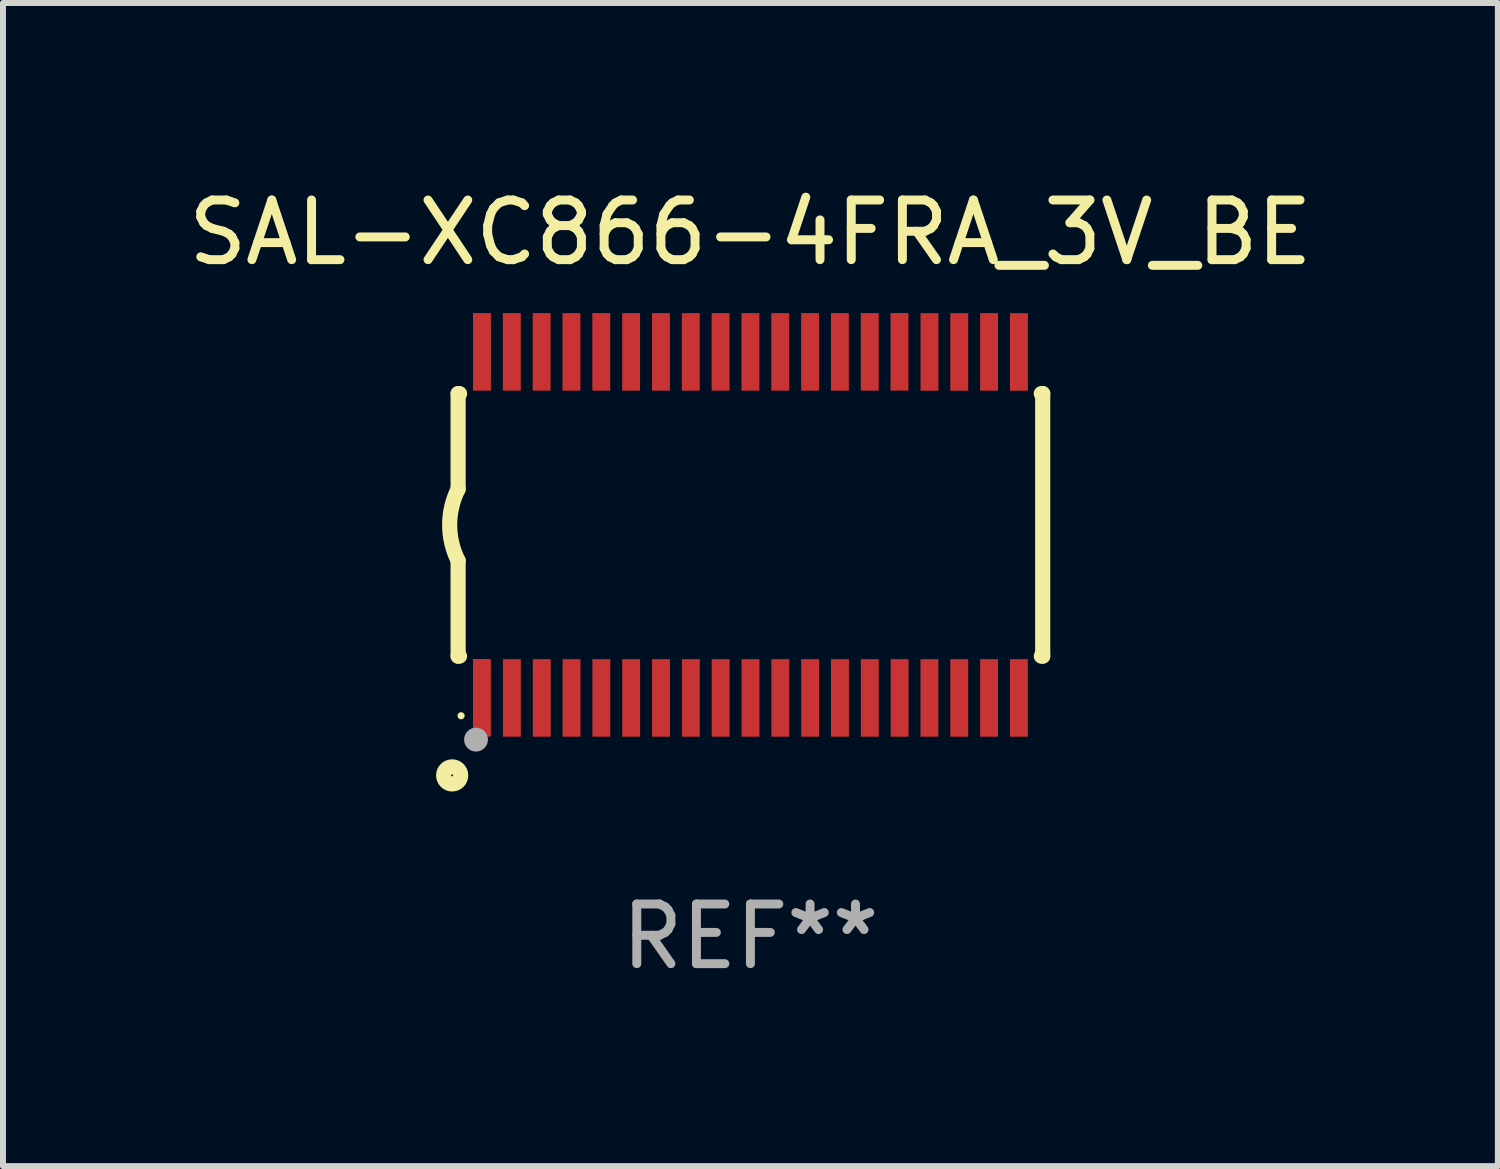
<source format=kicad_pcb>
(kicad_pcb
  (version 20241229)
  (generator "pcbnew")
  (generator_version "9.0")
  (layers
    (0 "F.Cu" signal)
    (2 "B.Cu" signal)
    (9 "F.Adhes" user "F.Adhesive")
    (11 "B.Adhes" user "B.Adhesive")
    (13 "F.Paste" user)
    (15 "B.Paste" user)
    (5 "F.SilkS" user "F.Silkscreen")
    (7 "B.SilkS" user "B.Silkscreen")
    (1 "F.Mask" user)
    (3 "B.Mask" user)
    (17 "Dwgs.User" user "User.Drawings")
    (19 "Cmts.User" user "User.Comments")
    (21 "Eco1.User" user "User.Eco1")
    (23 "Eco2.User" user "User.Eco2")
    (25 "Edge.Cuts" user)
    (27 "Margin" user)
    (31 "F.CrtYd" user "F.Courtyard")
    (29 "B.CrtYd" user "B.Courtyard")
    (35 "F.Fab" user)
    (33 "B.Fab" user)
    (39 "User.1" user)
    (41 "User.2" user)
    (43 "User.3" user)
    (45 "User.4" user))
  (footprint "SAL-XC866-4FRA_3V_BE"
    (layer "F.Cu")
    (at 9.53 5.749)
    (property "Reference" "SAL-XC866-4FRA_3V_BE" (at 0 -4.901 0) (layer "F.SilkS") (effects (font (size 1 1) (thickness 0.15))))
    (attr through_hole)
    (fp_line (start -4.9 -2.2) (end -4.9 -0.6) (stroke (width 0.254) (type solid)) (layer "F.SilkS"))
    (fp_line (start -4.9 -2.2) (end -4.876 -2.2) (stroke (width 0.254) (type solid)) (layer "F.SilkS"))
    (fp_line (start -4.9 2.2) (end -4.9 0.6) (stroke (width 0.254) (type solid)) (layer "F.SilkS"))
    (fp_line (start -4.9 2.2) (end -4.877 2.2) (stroke (width 0.254) (type solid)) (layer "F.SilkS"))
    (fp_line (start 4.876 -2.2) (end 4.9 -2.2) (stroke (width 0.254) (type solid)) (layer "F.SilkS"))
    (fp_line (start 4.877 2.2) (end 4.9 2.2) (stroke (width 0.254) (type solid)) (layer "F.SilkS"))
    (fp_line (start 4.9 -2.2) (end 4.9 2.2) (stroke (width 0.254) (type solid)) (layer "F.SilkS"))
    (fp_arc (start -4.900051 0.599822) (mid -5.041652 -0.000095) (end -4.9 -0.6) (stroke (width 0.254001) (type solid)) (layer "F.SilkS"))
    (fp_circle (center -5 4.2) (end -4.857 4.2) (stroke (width 0.254) (type solid)) (fill no) (layer "F.SilkS"))
    (fp_circle (center -4.85 3.2) (end -4.82 3.2) (stroke (width 0.06) (type solid)) (fill no) (layer "F.SilkS"))
    (fp_circle (center -4.6 3.6) (end -4.5 3.6) (stroke (width 0.2) (type solid)) (fill no) (layer "F.Fab"))
    (fp_text user "REF**" (at 0 6.901 0) (layer "F.Fab") (effects (font (size 1 1) (thickness 0.15))))
    (pad "1" smd rect (at -4.501 2.899 90) (size 1.3 0.3) (layers "F.Cu" "F.Mask" "F.Paste"))
    (pad "2" smd rect (at -3.999 2.901 90) (size 1.3 0.3) (layers "F.Cu" "F.Mask" "F.Paste"))
    (pad "3" smd rect (at -3.498 2.901 90) (size 1.3 0.3) (layers "F.Cu" "F.Mask" "F.Paste"))
    (pad "4" smd rect (at -2.999 2.901 90) (size 1.3 0.3) (layers "F.Cu" "F.Mask" "F.Paste"))
    (pad "5" smd rect (at -2.499 2.901 90) (size 1.3 0.3) (layers "F.Cu" "F.Mask" "F.Paste"))
    (pad "6" smd rect (at -1.999 2.901 90) (size 1.3 0.3) (layers "F.Cu" "F.Mask" "F.Paste"))
    (pad "7" smd rect (at -1.499 2.901 90) (size 1.3 0.3) (layers "F.Cu" "F.Mask" "F.Paste"))
    (pad "8" smd rect (at -0.999 2.901 90) (size 1.3 0.3) (layers "F.Cu" "F.Mask" "F.Paste"))
    (pad "9" smd rect (at -0.499 2.901 90) (size 1.3 0.3) (layers "F.Cu" "F.Mask" "F.Paste"))
    (pad "10" smd rect (at 0.001 2.901 90) (size 1.3 0.3) (layers "F.Cu" "F.Mask" "F.Paste"))
    (pad "11" smd rect (at 0.501 2.901 90) (size 1.3 0.3) (layers "F.Cu" "F.Mask" "F.Paste"))
    (pad "12" smd rect (at 1.001 2.901 90) (size 1.3 0.3) (layers "F.Cu" "F.Mask" "F.Paste"))
    (pad "13" smd rect (at 1.501 2.901 90) (size 1.3 0.3) (layers "F.Cu" "F.Mask" "F.Paste"))
    (pad "14" smd rect (at 2.001 2.901 90) (size 1.3 0.3) (layers "F.Cu" "F.Mask" "F.Paste"))
    (pad "15" smd rect (at 2.501 2.901 90) (size 1.3 0.3) (layers "F.Cu" "F.Mask" "F.Paste"))
    (pad "16" smd rect (at 3.001 2.901 90) (size 1.3 0.3) (layers "F.Cu" "F.Mask" "F.Paste"))
    (pad "17" smd rect (at 3.501 2.901 90) (size 1.3 0.3) (layers "F.Cu" "F.Mask" "F.Paste"))
    (pad "18" smd rect (at 4.001 2.901 90) (size 1.3 0.3) (layers "F.Cu" "F.Mask" "F.Paste"))
    (pad "19" smd rect (at 4.501 2.901 90) (size 1.3 0.3) (layers "F.Cu" "F.Mask" "F.Paste"))
    (pad "20" smd rect (at 4.501 -2.899 90) (size 1.3 0.3) (layers "F.Cu" "F.Mask" "F.Paste"))
    (pad "21" smd rect (at 4.001 -2.9 90) (size 1.3 0.3) (layers "F.Cu" "F.Mask" "F.Paste"))
    (pad "22" smd rect (at 3.501 -2.899 90) (size 1.3 0.3) (layers "F.Cu" "F.Mask" "F.Paste"))
    (pad "23" smd rect (at 3.002 -2.899 90) (size 1.3 0.3) (layers "F.Cu" "F.Mask" "F.Paste"))
    (pad "24" smd rect (at 2.499 -2.901 90) (size 1.3 0.3) (layers "F.Cu" "F.Mask" "F.Paste"))
    (pad "25" smd rect (at 2 -2.9 90) (size 1.3 0.3) (layers "F.Cu" "F.Mask" "F.Paste"))
    (pad "26" smd rect (at 1.5 -2.9 90) (size 1.3 0.3) (layers "F.Cu" "F.Mask" "F.Paste"))
    (pad "27" smd rect (at 1 -2.9 90) (size 1.3 0.3) (layers "F.Cu" "F.Mask" "F.Paste"))
    (pad "28" smd rect (at 0.5 -2.9 90) (size 1.3 0.3) (layers "F.Cu" "F.Mask" "F.Paste"))
    (pad "29" smd rect (at 0.000127 -2.9 90) (size 1.3 0.3) (layers "F.Cu" "F.Mask" "F.Paste"))
    (pad "30" smd rect (at -0.5 -2.9 90) (size 1.3 0.3) (layers "F.Cu" "F.Mask" "F.Paste"))
    (pad "31" smd rect (at -1 -2.9 90) (size 1.3 0.3) (layers "F.Cu" "F.Mask" "F.Paste"))
    (pad "32" smd rect (at -1.5 -2.9 90) (size 1.3 0.3) (layers "F.Cu" "F.Mask" "F.Paste"))
    (pad "33" smd rect (at -2 -2.9 90) (size 1.3 0.3) (layers "F.Cu" "F.Mask" "F.Paste"))
    (pad "34" smd rect (at -2.5 -2.9 90) (size 1.3 0.3) (layers "F.Cu" "F.Mask" "F.Paste"))
    (pad "35" smd rect (at -3 -2.9 90) (size 1.3 0.3) (layers "F.Cu" "F.Mask" "F.Paste"))
    (pad "36" smd rect (at -3.5 -2.9 90) (size 1.3 0.3) (layers "F.Cu" "F.Mask" "F.Paste"))
    (pad "37" smd rect (at -4 -2.9 90) (size 1.3 0.3) (layers "F.Cu" "F.Mask" "F.Paste"))
    (pad "38" smd rect (at -4.5 -2.9 90) (size 1.3 0.3) (layers "F.Cu" "F.Mask" "F.Paste")))
  (gr_rect
    (start -3 -3)
    (end 22.06 16.499)
    (stroke (width 0.1) (type default))
    (fill no)
    (layer "Edge.Cuts")))
</source>
